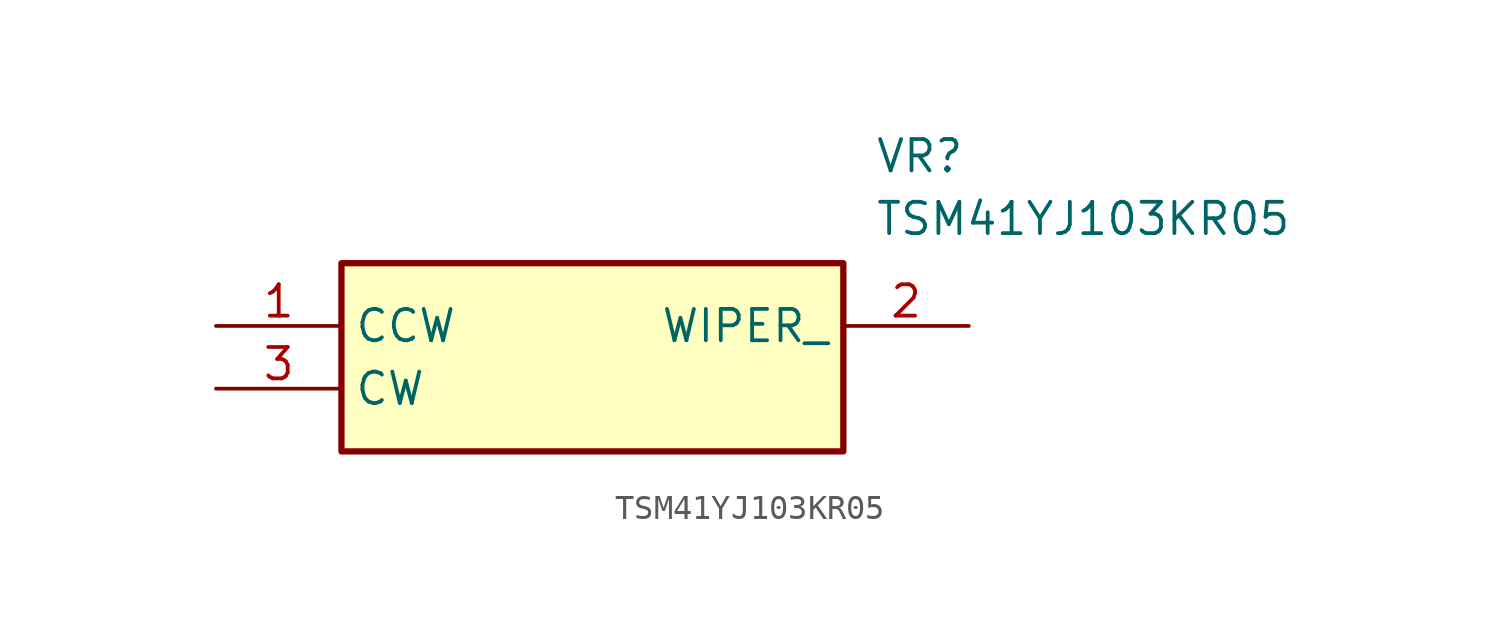
<source format=kicad_sym>
(kicad_symbol_lib
  (version 20211014)
  (generator SamacSys_ECAD_Model)
  (symbol "TSM41YJ103KR05"
    (property "Reference" "VR"
      (at 26.67 7.62 0)
      (effects (font (size 1.27 1.27)) (justify left top)))
    (property "Value" "TSM41YJ103KR05"
      (at 26.67 5.08 0)
      (effects (font (size 1.27 1.27)) (justify left top)))
    (rectangle
      (start 5.08 2.54)
      (end 25.4 -5.08)
      (stroke (width 0.254) (type default))
      (fill (type background)))
    (pin passive line
      (at 0 0 0)
      (length 5.08)
      (name "CCW" (effects (font (size 1.27 1.27))))
      (number "1" (effects (font (size 1.27 1.27)))))
    (pin passive line
      (at 30.48 0 180)
      (length 5.08)
      (name "WIPER_" (effects (font (size 1.27 1.27))))
      (number "2" (effects (font (size 1.27 1.27)))))
    (pin passive line
      (at 0 -2.54 0)
      (length 5.08)
      (name "CW" (effects (font (size 1.27 1.27))))
      (number "3" (effects (font (size 1.27 1.27)))))))
</source>
